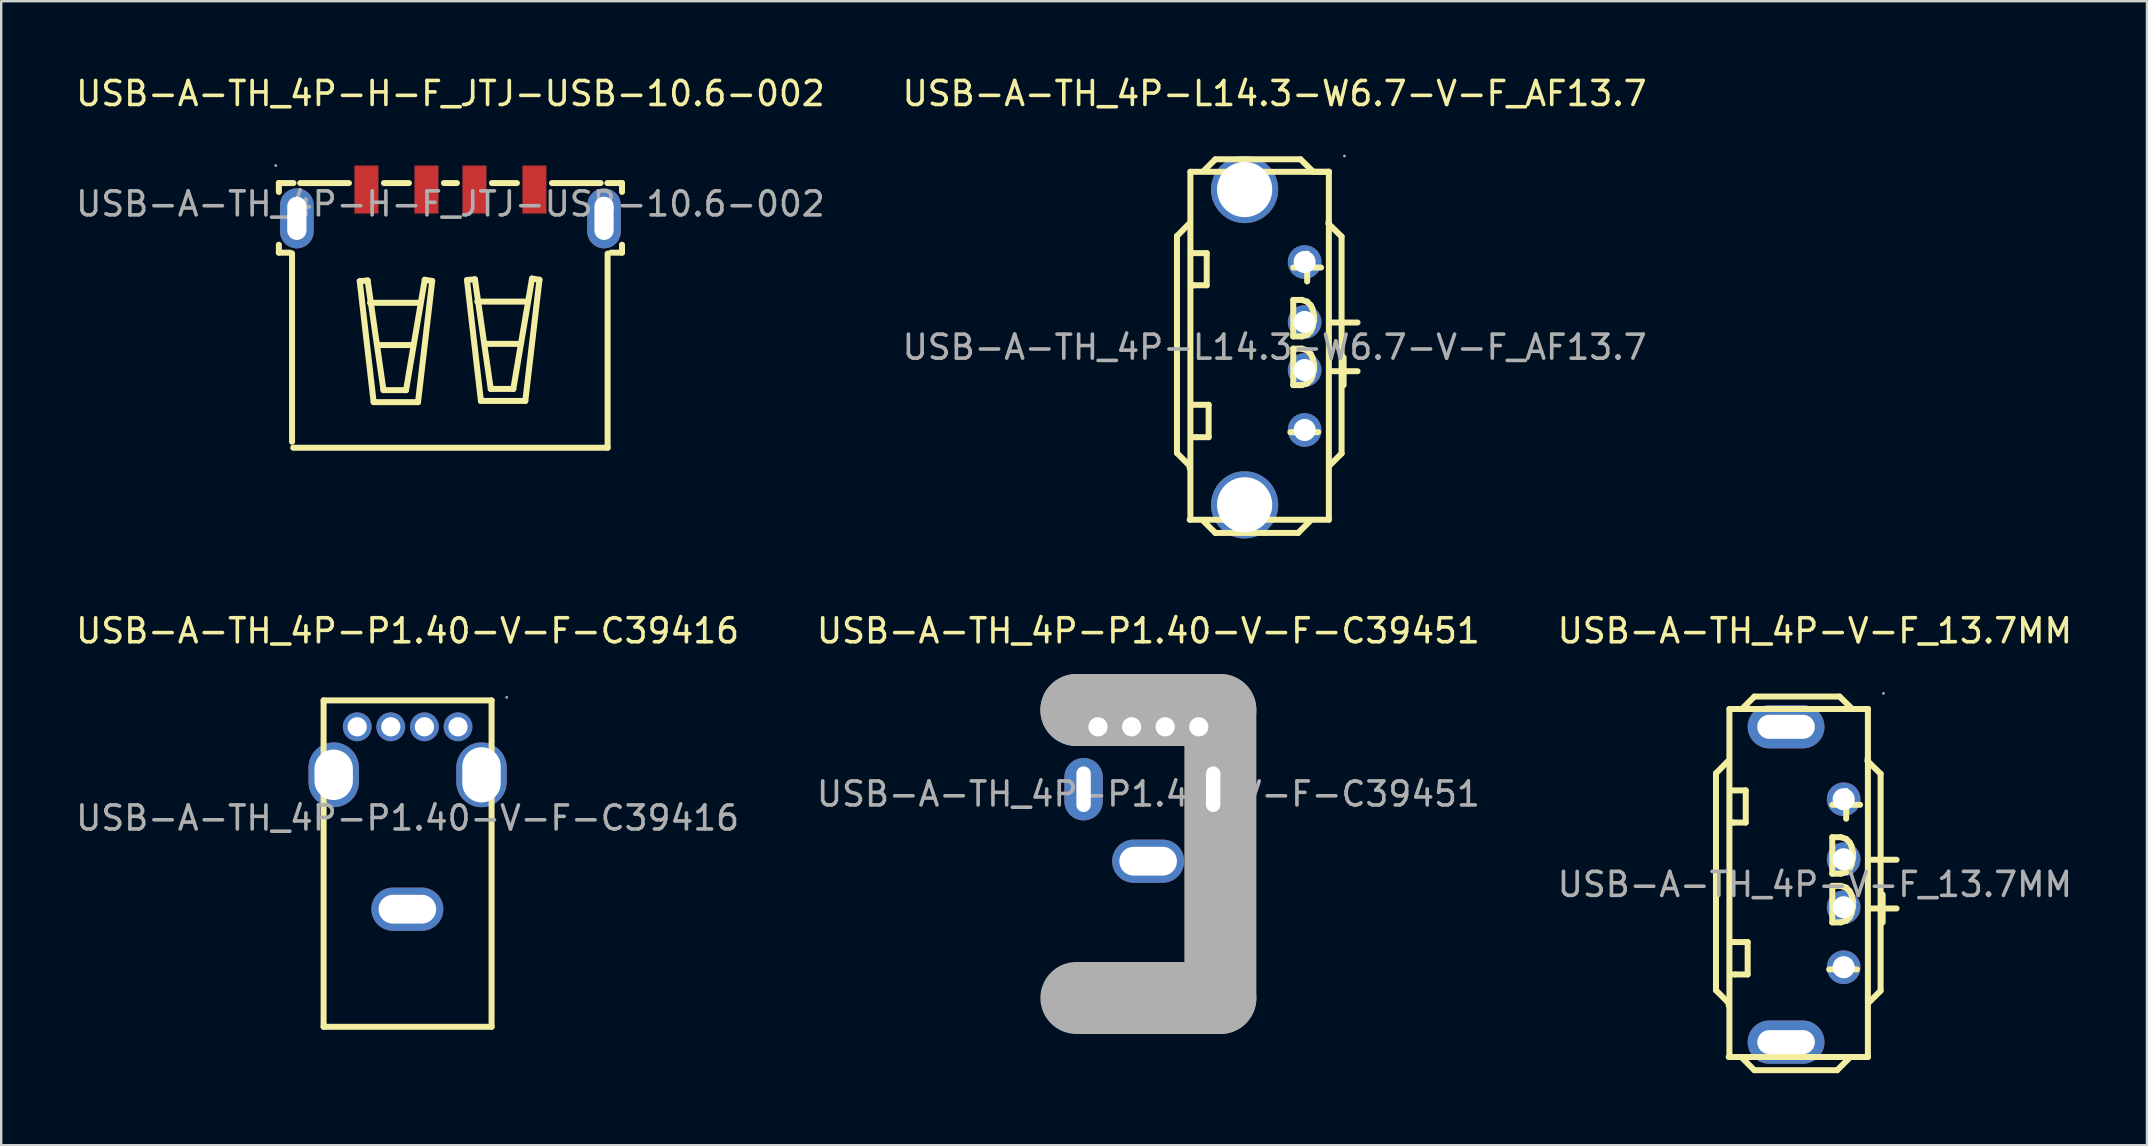
<source format=kicad_pcb>
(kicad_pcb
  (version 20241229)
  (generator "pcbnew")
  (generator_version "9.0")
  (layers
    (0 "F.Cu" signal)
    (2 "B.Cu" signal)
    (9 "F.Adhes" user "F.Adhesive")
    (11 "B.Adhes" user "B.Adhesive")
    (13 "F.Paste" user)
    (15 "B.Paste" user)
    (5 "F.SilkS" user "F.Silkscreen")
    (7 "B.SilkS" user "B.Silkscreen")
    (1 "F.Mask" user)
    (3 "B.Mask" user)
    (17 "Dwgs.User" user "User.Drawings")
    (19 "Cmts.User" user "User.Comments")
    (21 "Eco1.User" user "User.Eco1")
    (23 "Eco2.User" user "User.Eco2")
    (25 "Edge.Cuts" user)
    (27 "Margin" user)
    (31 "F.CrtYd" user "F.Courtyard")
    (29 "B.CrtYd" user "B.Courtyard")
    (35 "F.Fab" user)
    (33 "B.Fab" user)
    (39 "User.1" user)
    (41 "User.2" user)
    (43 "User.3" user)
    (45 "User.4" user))
  (footprint "USB-A-TH_4P-P1.40-V-F-C39451"
    (layer "F.Cu")
    (at 44.804 30.037)
    (property "Reference" "USB-A-TH_4P-P1.40-V-F-C39451" (at 0 -6.8 0) (layer "F.SilkS") (effects (font (size 1 1) (thickness 0.15))))
    (attr through_hole)
    (fp_line (start -3 -3.5) (end -3 -3.5) (stroke (width 3) (type solid)) (layer "F.Fab"))
    (fp_line (start -3 -3.5) (end 3 -3.5) (stroke (width 3) (type solid)) (layer "F.Fab"))
    (fp_line (start 3 -3.5) (end 3 8.5) (stroke (width 3) (type solid)) (layer "F.Fab"))
    (fp_line (start 3 8.5) (end -3 8.5) (stroke (width 3) (type solid)) (layer "F.Fab"))
    (fp_circle (center -2.1 -2.8) (end -1.95 -2.8) (stroke (width 0.3) (type solid)) (fill no) (layer "F.Fab"))
    (fp_circle (center -0.7 -2.8) (end -0.55 -2.8) (stroke (width 0.3) (type solid)) (fill no) (layer "F.Fab"))
    (fp_circle (center 0.7 -2.8) (end 0.85 -2.8) (stroke (width 0.3) (type solid)) (fill no) (layer "F.Fab"))
    (fp_circle (center 2.1 -2.8) (end 2.25 -2.8) (stroke (width 0.3) (type solid)) (fill no) (layer "F.Fab"))
    (fp_circle (center 3.5 -3.63) (end 3.53 -3.63) (stroke (width 0.06) (type solid)) (fill no) (layer "F.Fab"))
    (fp_text user "${REFERENCE}" (at 0 0 0) (layer "F.Fab") (effects (font (size 1 1) (thickness 0.15))))
    (pad "1" thru_hole circle (at 2.1 -2.8 180) (size 1.2 1.2) (drill 0.8) (layers "*.Cu" "*.Paste" "*.Mask"))
    (pad "2" thru_hole circle (at 0.7 -2.8 180) (size 1.2 1.2) (drill 0.8) (layers "*.Cu" "*.Paste" "*.Mask"))
    (pad "3" thru_hole circle (at -0.7 -2.8 180) (size 1.2 1.2) (drill 0.8) (layers "*.Cu" "*.Paste" "*.Mask"))
    (pad "4" thru_hole circle (at -2.1 -2.8 180) (size 1.2 1.2) (drill 0.8) (layers "*.Cu" "*.Paste" "*.Mask"))
    (pad "5" thru_hole oval (at -2.7 -0.2 90) (size 2.6 1.6) (drill oval 1.9 0.6) (layers "*.Cu" "*.Paste" "*.Mask"))
    (pad "6" thru_hole oval (at 2.7 -0.2 90) (size 2.6 1.6) (drill oval 1.9 0.6) (layers "*.Cu" "*.Paste" "*.Mask"))
    (pad "7" thru_hole oval (at -0.01 2.8 180) (size 3 1.8) (drill oval 2.4 1.2) (layers "*.Cu" "*.Paste" "*.Mask")))
  (footprint "USB-A-TH_4P-P1.40-V-F-C39416"
    (layer "F.Cu")
    (at 13.935 31.037)
    (property "Reference" "USB-A-TH_4P-P1.40-V-F-C39416" (at 0 -7.8 0) (layer "F.SilkS") (effects (font (size 1 1) (thickness 0.15))))
    (attr through_hole)
    (fp_line (start -3.5 -4.9) (end -3.5 8.7) (stroke (width 0.25) (type solid)) (layer "F.SilkS"))
    (fp_line (start -3.5 -4.9) (end 3.5 -4.9) (stroke (width 0.25) (type solid)) (layer "F.SilkS"))
    (fp_line (start -3.5 8.7) (end 3.5 8.7) (stroke (width 0.25) (type solid)) (layer "F.SilkS"))
    (fp_line (start 3.5 -4.9) (end 3.5 8.7) (stroke (width 0.25) (type solid)) (layer "F.SilkS"))
    (fp_circle (center -2.1 -3.8) (end -1.95 -3.8) (stroke (width 0.3) (type solid)) (fill no) (layer "F.Fab"))
    (fp_circle (center -0.7 -3.8) (end -0.55 -3.8) (stroke (width 0.3) (type solid)) (fill no) (layer "F.Fab"))
    (fp_circle (center 0.7 -3.8) (end 0.85 -3.8) (stroke (width 0.3) (type solid)) (fill no) (layer "F.Fab"))
    (fp_circle (center 2.1 -3.8) (end 2.25 -3.8) (stroke (width 0.3) (type solid)) (fill no) (layer "F.Fab"))
    (fp_circle (center 4.13 -5.03) (end 4.16 -5.03) (stroke (width 0.06) (type solid)) (fill no) (layer "F.Fab"))
    (fp_text user "${REFERENCE}" (at 0 0 0) (layer "F.Fab") (effects (font (size 1 1) (thickness 0.15))))
    (pad "1" thru_hole circle (at 2.1 -3.8 180) (size 1.2 1.2) (drill 0.8) (layers "*.Cu" "*.Paste" "*.Mask"))
    (pad "2" thru_hole circle (at 0.7 -3.8 180) (size 1.2 1.2) (drill 0.8) (layers "*.Cu" "*.Paste" "*.Mask"))
    (pad "3" thru_hole circle (at -0.7 -3.8 180) (size 1.2 1.2) (drill 0.8) (layers "*.Cu" "*.Paste" "*.Mask"))
    (pad "4" thru_hole circle (at -2.1 -3.8 180) (size 1.2 1.2) (drill 0.8) (layers "*.Cu" "*.Paste" "*.Mask"))
    (pad "5" thru_hole oval (at -3.08 -1.8) (size 2.1 2.7) (drill oval 1.6 2.1) (layers "*.Cu" "*.Paste" "*.Mask"))
    (pad "6" thru_hole oval (at 3.08 -1.8 90) (size 2.7 2.1) (drill oval 2.3 1.6) (layers "*.Cu" "*.Paste" "*.Mask"))
    (pad "7" thru_hole oval (at -0.01 3.8 180) (size 3 1.8) (drill oval 2.4 1.2) (layers "*.Cu" "*.Paste" "*.Mask")))
  (footprint "USB-A-TH_4P-H-F_JTJ-USB-10.6-002"
    (layer "F.Cu")
    (at 15.72 5.448)
    (property "Reference" "USB-A-TH_4P-H-F_JTJ-USB-10.6-002" (at 0 -4.6 0) (layer "F.SilkS") (effects (font (size 1 1) (thickness 0.15))))
    (attr through_hole)
    (fp_line (start -7.15 -0.87) (end -7.15 -0.5) (stroke (width 0.25) (type solid)) (layer "F.SilkS"))
    (fp_line (start -7.15 -0.87) (end -6.54 -0.87) (stroke (width 0.25) (type solid)) (layer "F.SilkS"))
    (fp_line (start -7.15 1.7) (end -7.15 2.03) (stroke (width 0.25) (type solid)) (layer "F.SilkS"))
    (fp_line (start -7.15 2.03) (end -6.69 2.03) (stroke (width 0.25) (type solid)) (layer "F.SilkS"))
    (fp_line (start -6.6 9.91) (end -6.6 2.06) (stroke (width 0.25) (type solid)) (layer "F.SilkS"))
    (fp_line (start -6.55 10.16) (end 6.55 10.16) (stroke (width 0.25) (type solid)) (layer "F.SilkS"))
    (fp_line (start -6.26 -0.87) (end -4.23 -0.87) (stroke (width 0.25) (type solid)) (layer "F.SilkS"))
    (fp_line (start -3.78 3.22) (end -3.2 8.26) (stroke (width 0.25) (type solid)) (layer "F.SilkS"))
    (fp_line (start -3.45 3.19) (end -3.78 3.22) (stroke (width 0.25) (type solid)) (layer "F.SilkS"))
    (fp_line (start -3.35 4.12) (end -1.27 4.12) (stroke (width 0.25) (type solid)) (layer "F.SilkS"))
    (fp_line (start -3.2 8.26) (end -1.35 8.26) (stroke (width 0.25) (type solid)) (layer "F.SilkS"))
    (fp_line (start -3.02 5.88) (end -1.57 5.88) (stroke (width 0.25) (type solid)) (layer "F.SilkS"))
    (fp_line (start -2.79 7.76) (end -3.45 3.19) (stroke (width 0.25) (type solid)) (layer "F.SilkS"))
    (fp_line (start -2.77 -0.87) (end -1.73 -0.87) (stroke (width 0.25) (type solid)) (layer "F.SilkS"))
    (fp_line (start -1.85 7.76) (end -2.79 7.76) (stroke (width 0.25) (type solid)) (layer "F.SilkS"))
    (fp_line (start -1.35 8.26) (end -0.76 3.21) (stroke (width 0.25) (type solid)) (layer "F.SilkS"))
    (fp_line (start -1.07 3.16) (end -1.85 7.76) (stroke (width 0.25) (type solid)) (layer "F.SilkS"))
    (fp_line (start -0.76 3.21) (end -1.07 3.16) (stroke (width 0.25) (type solid)) (layer "F.SilkS"))
    (fp_line (start -0.27 -0.87) (end 0.27 -0.87) (stroke (width 0.25) (type solid)) (layer "F.SilkS"))
    (fp_line (start 0.69 3.17) (end 1.02 3.14) (stroke (width 0.25) (type solid)) (layer "F.SilkS"))
    (fp_line (start 1.02 3.14) (end 1.68 7.71) (stroke (width 0.25) (type solid)) (layer "F.SilkS"))
    (fp_line (start 1.12 4.07) (end 3.2 4.07) (stroke (width 0.25) (type solid)) (layer "F.SilkS"))
    (fp_line (start 1.27 8.21) (end 0.69 3.17) (stroke (width 0.25) (type solid)) (layer "F.SilkS"))
    (fp_line (start 1.45 5.83) (end 2.9 5.83) (stroke (width 0.25) (type solid)) (layer "F.SilkS"))
    (fp_line (start 1.68 7.71) (end 2.62 7.71) (stroke (width 0.25) (type solid)) (layer "F.SilkS"))
    (fp_line (start 1.73 -0.87) (end 2.77 -0.87) (stroke (width 0.25) (type solid)) (layer "F.SilkS"))
    (fp_line (start 2.62 7.71) (end 3.4 3.11) (stroke (width 0.25) (type solid)) (layer "F.SilkS"))
    (fp_line (start 3.12 8.21) (end 1.27 8.21) (stroke (width 0.25) (type solid)) (layer "F.SilkS"))
    (fp_line (start 3.4 3.11) (end 3.71 3.16) (stroke (width 0.25) (type solid)) (layer "F.SilkS"))
    (fp_line (start 3.71 3.16) (end 3.12 8.21) (stroke (width 0.25) (type solid)) (layer "F.SilkS"))
    (fp_line (start 4.23 -0.87) (end 6.26 -0.87) (stroke (width 0.25) (type solid)) (layer "F.SilkS"))
    (fp_line (start 6.54 -0.87) (end 7.15 -0.87) (stroke (width 0.25) (type solid)) (layer "F.SilkS"))
    (fp_line (start 6.55 10.16) (end 6.55 2.07) (stroke (width 0.25) (type solid)) (layer "F.SilkS"))
    (fp_line (start 7.15 -0.87) (end 7.15 -0.5) (stroke (width 0.25) (type solid)) (layer "F.SilkS"))
    (fp_line (start 7.15 1.7) (end 7.15 2.03) (stroke (width 0.25) (type solid)) (layer "F.SilkS"))
    (fp_line (start 7.15 2.03) (end 6.69 2.03) (stroke (width 0.25) (type solid)) (layer "F.SilkS"))
    (fp_circle (center -7.28 -1.6) (end -7.25 -1.6) (stroke (width 0.06) (type solid)) (fill no) (layer "F.Fab"))
    (fp_text user "${REFERENCE}" (at 0 0 0) (layer "F.Fab") (effects (font (size 1 1) (thickness 0.15))))
    (pad "1" smd rect (at -3.5 -0.6) (size 1 2) (layers "F.Cu" "F.Mask" "F.Paste"))
    (pad "2" smd rect (at -1 -0.6) (size 1 2) (layers "F.Cu" "F.Mask" "F.Paste"))
    (pad "3" smd rect (at 1 -0.6) (size 1 2) (layers "F.Cu" "F.Mask" "F.Paste"))
    (pad "4" smd rect (at 3.5 -0.6) (size 1 2) (layers "F.Cu" "F.Mask" "F.Paste"))
    (pad "5" thru_hole oval (at 6.4 0.6) (size 1.4 2.5) (drill oval 0.8 1.8) (layers "*.Cu" "*.Paste" "*.Mask"))
    (pad "6" thru_hole oval (at -6.4 0.6) (size 1.4 2.5) (drill oval 0.8 1.8) (layers "*.Cu" "*.Paste" "*.Mask")))
  (footprint "USB-A-TH_4P-V-F_13.7MM"
    (layer "F.Cu")
    (at 72.577 33.806)
    (property "Reference" "USB-A-TH_4P-V-F_13.7MM" (at 0 -10.57 0) (layer "F.SilkS") (effects (font (size 1 1) (thickness 0.15))))
    (attr through_hole)
    (fp_line (start -4.12 -4.63) (end -3.64 -5.12) (stroke (width 0.25) (type solid)) (layer "F.SilkS"))
    (fp_line (start -4.12 4.41) (end -4.12 -4.63) (stroke (width 0.25) (type solid)) (layer "F.SilkS"))
    (fp_line (start -3.59 4.94) (end -4.12 4.41) (stroke (width 0.25) (type solid)) (layer "F.SilkS"))
    (fp_line (start -3.59 5.04) (end -3.59 4.94) (stroke (width 0.25) (type solid)) (layer "F.SilkS"))
    (fp_line (start -3.59 7.19) (end 2.21 7.19) (stroke (width 0.25) (type solid)) (layer "F.SilkS"))
    (fp_line (start -3.56 -7.31) (end -3.56 7.19) (stroke (width 0.25) (type solid)) (layer "F.SilkS"))
    (fp_line (start -3.54 -2.58) (end -3.39 -2.58) (stroke (width 0.25) (type solid)) (layer "F.SilkS"))
    (fp_line (start -3.46 2.4) (end -2.8 2.4) (stroke (width 0.25) (type solid)) (layer "F.SilkS"))
    (fp_line (start -3.39 -2.58) (end -2.88 -2.58) (stroke (width 0.25) (type solid)) (layer "F.SilkS"))
    (fp_line (start -3.31 3.75) (end -3.46 3.75) (stroke (width 0.25) (type solid)) (layer "F.SilkS"))
    (fp_line (start -3.06 7.2) (end -2.52 7.74) (stroke (width 0.25) (type solid)) (layer "F.SilkS"))
    (fp_line (start -3 -7.35) (end -2.52 -7.83) (stroke (width 0.25) (type solid)) (layer "F.SilkS"))
    (fp_line (start -2.88 -3.92) (end -3.54 -3.92) (stroke (width 0.25) (type solid)) (layer "F.SilkS"))
    (fp_line (start -2.88 -2.58) (end -2.88 -3.92) (stroke (width 0.25) (type solid)) (layer "F.SilkS"))
    (fp_line (start -2.8 2.4) (end -2.8 3.75) (stroke (width 0.25) (type solid)) (layer "F.SilkS"))
    (fp_line (start -2.8 3.75) (end -3.31 3.75) (stroke (width 0.25) (type solid)) (layer "F.SilkS"))
    (fp_line (start -2.52 -7.83) (end 1.03 -7.83) (stroke (width 0.25) (type solid)) (layer "F.SilkS"))
    (fp_line (start -2.52 7.74) (end 0.93 7.74) (stroke (width 0.25) (type solid)) (layer "F.SilkS"))
    (fp_line (start 0.93 7.74) (end 1.47 7.2) (stroke (width 0.25) (type solid)) (layer "F.SilkS"))
    (fp_line (start 1.03 -7.83) (end 1.56 -7.31) (stroke (width 0.25) (type solid)) (layer "F.SilkS"))
    (fp_line (start 1.56 -7.31) (end 2.21 -7.31) (stroke (width 0.25) (type solid)) (layer "F.SilkS"))
    (fp_line (start 2.2 -5.14) (end 2.2 -5.24) (stroke (width 0.25) (type solid)) (layer "F.SilkS"))
    (fp_line (start 2.21 -7.31) (end -3.56 -7.31) (stroke (width 0.25) (type solid)) (layer "F.SilkS"))
    (fp_line (start 2.21 7.19) (end 2.21 -7.31) (stroke (width 0.25) (type solid)) (layer "F.SilkS"))
    (fp_line (start 2.25 4.92) (end 2.74 4.43) (stroke (width 0.25) (type solid)) (layer "F.SilkS"))
    (fp_line (start 2.74 -4.61) (end 2.2 -5.14) (stroke (width 0.25) (type solid)) (layer "F.SilkS"))
    (fp_line (start 2.74 4.43) (end 2.74 -4.61) (stroke (width 0.25) (type solid)) (layer "F.SilkS"))
    (fp_circle (center 1.2 -3.55) (end 1.38 -3.55) (stroke (width 0.36) (type solid)) (fill no) (layer "F.Fab"))
    (fp_circle (center 1.2 -1.05) (end 1.38 -1.05) (stroke (width 0.36) (type solid)) (fill no) (layer "F.Fab"))
    (fp_circle (center 1.2 0.95) (end 1.38 0.95) (stroke (width 0.36) (type solid)) (fill no) (layer "F.Fab"))
    (fp_circle (center 1.2 3.45) (end 1.38 3.45) (stroke (width 0.36) (type solid)) (fill no) (layer "F.Fab"))
    (fp_circle (center 2.86 -7.96) (end 2.89 -7.96) (stroke (width 0.06) (type solid)) (fill no) (layer "F.Fab"))
    (fp_text user "D+" (at 0.2 0.89 180) (layer "F.SilkS") (effects (font (size 1.52 1.52) (thickness 0.25)) (justify left)))
    (fp_text user "-" (at 0.07 3.43 180) (layer "F.SilkS") (effects (font (size 1.52 1.52) (thickness 0.25)) (justify left)))
    (fp_text user "D-" (at 0.2 -1.14 180) (layer "F.SilkS") (effects (font (size 1.52 1.52) (thickness 0.25)) (justify left)))
    (fp_text user "+" (at 0.2 -3.43 180) (layer "F.SilkS") (effects (font (size 1.52 1.52) (thickness 0.25)) (justify left)))
    (fp_text user "${REFERENCE}" (at 0 0 0) (layer "F.Fab") (effects (font (size 1 1) (thickness 0.15))))
    (pad "1" thru_hole circle (at 1.2 -3.55 270) (size 1.4 1.4) (drill 0.92) (layers "*.Cu" "*.Paste" "*.Mask"))
    (pad "2" thru_hole circle (at 1.2 -1.05 270) (size 1.4 1.4) (drill 0.92) (layers "*.Cu" "*.Paste" "*.Mask"))
    (pad "3" thru_hole circle (at 1.2 0.95 270) (size 1.4 1.4) (drill 0.92) (layers "*.Cu" "*.Paste" "*.Mask"))
    (pad "4" thru_hole circle (at 1.2 3.45 270) (size 1.4 1.4) (drill 0.92) (layers "*.Cu" "*.Paste" "*.Mask"))
    (pad "5" thru_hole oval (at -1.2 6.57 270) (size 1.8 3.2) (drill oval 1 2.4) (layers "*.Cu" "*.Paste" "*.Mask"))
    (pad "6" thru_hole oval (at -1.2 -6.57 270) (size 1.8 3.2) (drill oval 1 2.4) (layers "*.Cu" "*.Paste" "*.Mask")))
  (footprint "USB-A-TH_4P-L14.3-W6.7-V-F_AF13.7"
    (layer "F.Cu")
    (at 50.065 11.418)
    (property "Reference" "USB-A-TH_4P-L14.3-W6.7-V-F_AF13.7" (at 0 -10.57 0) (layer "F.SilkS") (effects (font (size 1 1) (thickness 0.15))))
    (attr through_hole)
    (fp_line (start -4.07 -4.63) (end -3.59 -5.12) (stroke (width 0.25) (type solid)) (layer "F.SilkS"))
    (fp_line (start -4.07 4.41) (end -4.07 -4.63) (stroke (width 0.25) (type solid)) (layer "F.SilkS"))
    (fp_line (start -3.54 4.94) (end -4.07 4.41) (stroke (width 0.25) (type solid)) (layer "F.SilkS"))
    (fp_line (start -3.54 5.04) (end -3.54 4.94) (stroke (width 0.25) (type solid)) (layer "F.SilkS"))
    (fp_line (start -3.54 7.19) (end 2.26 7.19) (stroke (width 0.25) (type solid)) (layer "F.SilkS"))
    (fp_line (start -3.51 -7.31) (end -3.51 7.19) (stroke (width 0.25) (type solid)) (layer "F.SilkS"))
    (fp_line (start -3.49 -2.58) (end -3.34 -2.58) (stroke (width 0.25) (type solid)) (layer "F.SilkS"))
    (fp_line (start -3.41 2.4) (end -2.75 2.4) (stroke (width 0.25) (type solid)) (layer "F.SilkS"))
    (fp_line (start -3.34 -2.58) (end -2.83 -2.58) (stroke (width 0.25) (type solid)) (layer "F.SilkS"))
    (fp_line (start -3.26 3.75) (end -3.41 3.75) (stroke (width 0.25) (type solid)) (layer "F.SilkS"))
    (fp_line (start -3.01 7.2) (end -2.47 7.74) (stroke (width 0.25) (type solid)) (layer "F.SilkS"))
    (fp_line (start -2.95 -7.35) (end -2.47 -7.83) (stroke (width 0.25) (type solid)) (layer "F.SilkS"))
    (fp_line (start -2.83 -3.92) (end -3.49 -3.92) (stroke (width 0.25) (type solid)) (layer "F.SilkS"))
    (fp_line (start -2.83 -2.58) (end -2.83 -3.92) (stroke (width 0.25) (type solid)) (layer "F.SilkS"))
    (fp_line (start -2.75 2.4) (end -2.75 3.75) (stroke (width 0.25) (type solid)) (layer "F.SilkS"))
    (fp_line (start -2.75 3.75) (end -3.26 3.75) (stroke (width 0.25) (type solid)) (layer "F.SilkS"))
    (fp_line (start -2.47 -7.83) (end 1.08 -7.83) (stroke (width 0.25) (type solid)) (layer "F.SilkS"))
    (fp_line (start -2.47 7.74) (end 0.98 7.74) (stroke (width 0.25) (type solid)) (layer "F.SilkS"))
    (fp_line (start 0.98 7.74) (end 1.52 7.2) (stroke (width 0.25) (type solid)) (layer "F.SilkS"))
    (fp_line (start 1.08 -7.83) (end 1.61 -7.31) (stroke (width 0.25) (type solid)) (layer "F.SilkS"))
    (fp_line (start 1.61 -7.31) (end 2.26 -7.31) (stroke (width 0.25) (type solid)) (layer "F.SilkS"))
    (fp_line (start 2.25 -5.14) (end 2.25 -5.24) (stroke (width 0.25) (type solid)) (layer "F.SilkS"))
    (fp_line (start 2.26 -7.31) (end -3.51 -7.31) (stroke (width 0.25) (type solid)) (layer "F.SilkS"))
    (fp_line (start 2.26 7.19) (end 2.26 -7.31) (stroke (width 0.25) (type solid)) (layer "F.SilkS"))
    (fp_line (start 2.3 4.92) (end 2.79 4.43) (stroke (width 0.25) (type solid)) (layer "F.SilkS"))
    (fp_line (start 2.79 -4.61) (end 2.25 -5.14) (stroke (width 0.25) (type solid)) (layer "F.SilkS"))
    (fp_line (start 2.79 4.43) (end 2.79 -4.61) (stroke (width 0.25) (type solid)) (layer "F.SilkS"))
    (fp_circle (center -1.25 -6.57) (end -0.72 -6.57) (stroke (width 1.05) (type solid)) (fill no) (layer "F.Fab"))
    (fp_circle (center -1.25 6.57) (end -0.72 6.57) (stroke (width 1.05) (type solid)) (fill no) (layer "F.Fab"))
    (fp_circle (center 1.25 -3.55) (end 1.43 -3.55) (stroke (width 0.36) (type solid)) (fill no) (layer "F.Fab"))
    (fp_circle (center 1.25 -1.05) (end 1.43 -1.05) (stroke (width 0.36) (type solid)) (fill no) (layer "F.Fab"))
    (fp_circle (center 1.25 0.95) (end 1.43 0.95) (stroke (width 0.36) (type solid)) (fill no) (layer "F.Fab"))
    (fp_circle (center 1.25 3.45) (end 1.43 3.45) (stroke (width 0.36) (type solid)) (fill no) (layer "F.Fab"))
    (fp_circle (center 2.91 -7.97) (end 2.94 -7.97) (stroke (width 0.06) (type solid)) (fill no) (layer "F.Fab"))
    (fp_text user "D+" (at 0.25 0.89 180) (layer "F.SilkS") (effects (font (size 1.52 1.52) (thickness 0.25)) (justify left)))
    (fp_text user "-" (at 0.13 3.43 180) (layer "F.SilkS") (effects (font (size 1.52 1.52) (thickness 0.25)) (justify left)))
    (fp_text user "+" (at 0.25 -3.43 180) (layer "F.SilkS") (effects (font (size 1.52 1.52) (thickness 0.25)) (justify left)))
    (fp_text user "D-" (at 0.25 -1.14 180) (layer "F.SilkS") (effects (font (size 1.52 1.52) (thickness 0.25)) (justify left)))
    (fp_text user "${REFERENCE}" (at 0 0 0) (layer "F.Fab") (effects (font (size 1 1) (thickness 0.15))))
    (pad "1" thru_hole circle (at 1.25 -3.55 270) (size 1.4 1.4) (drill 0.92) (layers "*.Cu" "*.Paste" "*.Mask"))
    (pad "2" thru_hole circle (at 1.25 -1.05 270) (size 1.4 1.4) (drill 0.92) (layers "*.Cu" "*.Paste" "*.Mask"))
    (pad "3" thru_hole circle (at 1.25 0.95 270) (size 1.4 1.4) (drill 0.92) (layers "*.Cu" "*.Paste" "*.Mask"))
    (pad "4" thru_hole circle (at 1.25 3.45 270) (size 1.4 1.4) (drill 0.92) (layers "*.Cu" "*.Paste" "*.Mask"))
    (pad "5" thru_hole circle (at -1.25 6.57 270) (size 2.8 2.8) (drill 2.3) (layers "*.Cu" "*.Paste" "*.Mask"))
    (pad "6" thru_hole circle (at -1.25 -6.57 270) (size 2.8 2.8) (drill 2.3) (layers "*.Cu" "*.Paste" "*.Mask")))
  (gr_rect
    (start -3 -3)
    (end 86.417 44.672)
    (stroke (width 0.1) (type default))
    (fill no)
    (layer "Edge.Cuts")))
</source>
